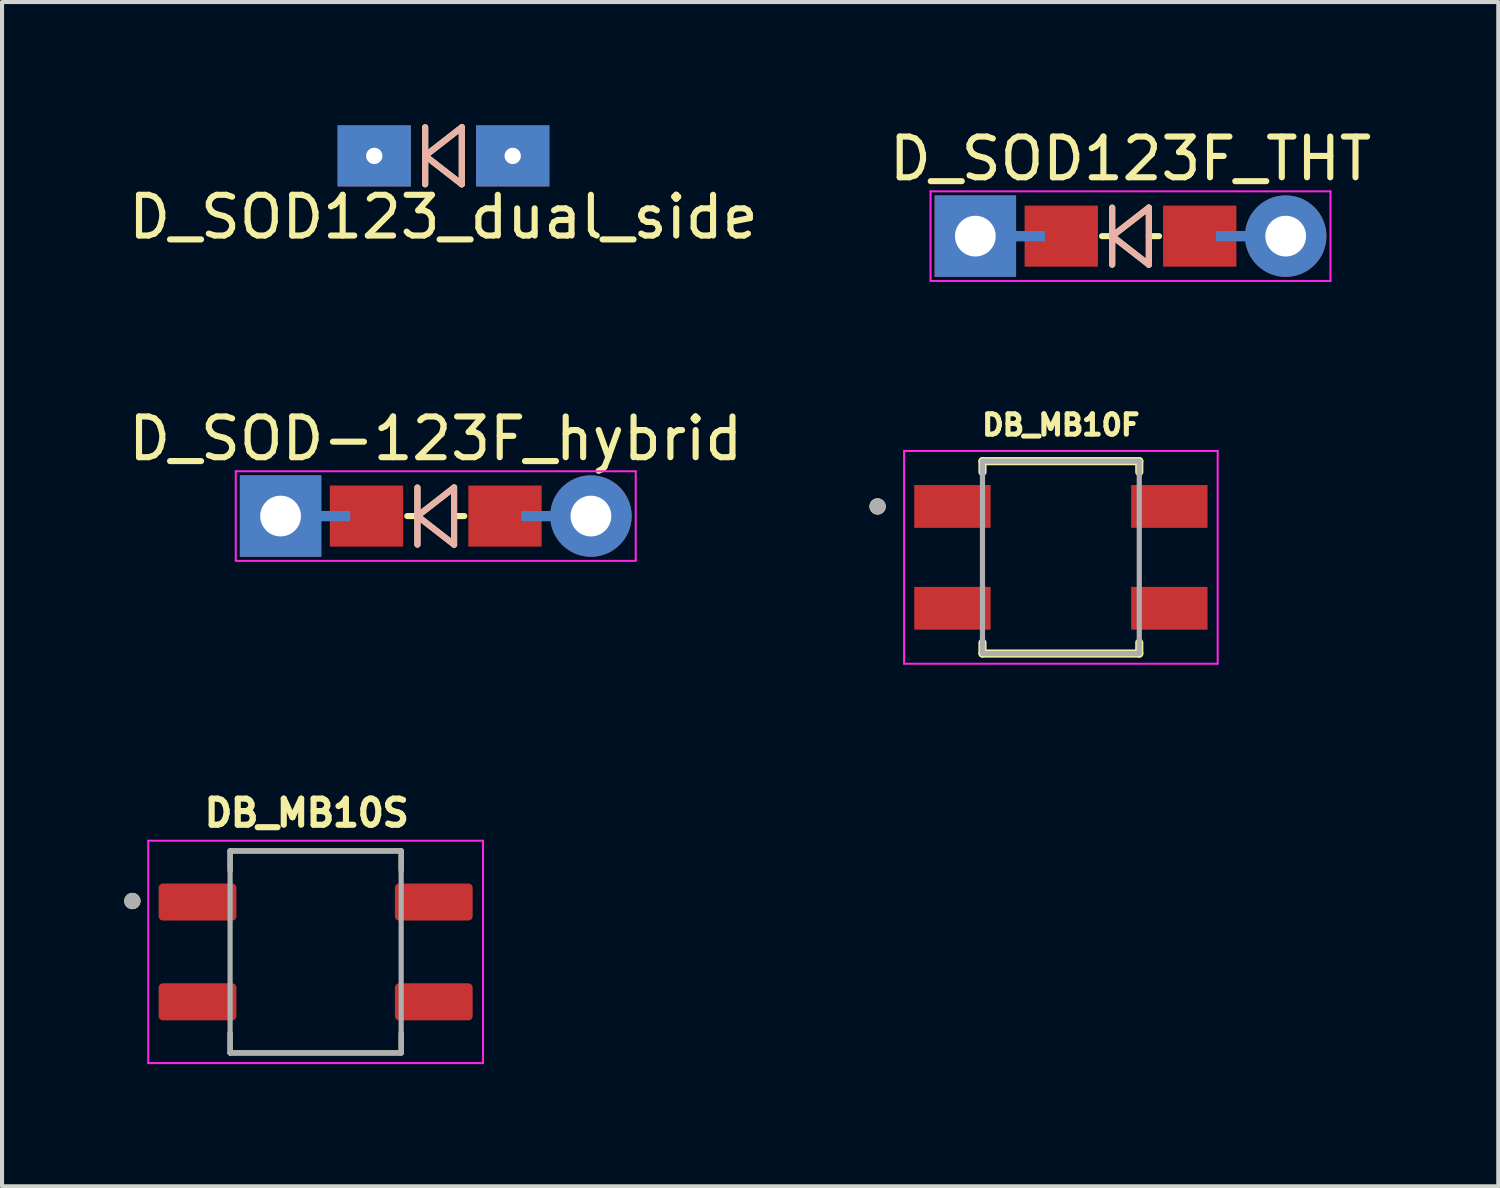
<source format=kicad_pcb>
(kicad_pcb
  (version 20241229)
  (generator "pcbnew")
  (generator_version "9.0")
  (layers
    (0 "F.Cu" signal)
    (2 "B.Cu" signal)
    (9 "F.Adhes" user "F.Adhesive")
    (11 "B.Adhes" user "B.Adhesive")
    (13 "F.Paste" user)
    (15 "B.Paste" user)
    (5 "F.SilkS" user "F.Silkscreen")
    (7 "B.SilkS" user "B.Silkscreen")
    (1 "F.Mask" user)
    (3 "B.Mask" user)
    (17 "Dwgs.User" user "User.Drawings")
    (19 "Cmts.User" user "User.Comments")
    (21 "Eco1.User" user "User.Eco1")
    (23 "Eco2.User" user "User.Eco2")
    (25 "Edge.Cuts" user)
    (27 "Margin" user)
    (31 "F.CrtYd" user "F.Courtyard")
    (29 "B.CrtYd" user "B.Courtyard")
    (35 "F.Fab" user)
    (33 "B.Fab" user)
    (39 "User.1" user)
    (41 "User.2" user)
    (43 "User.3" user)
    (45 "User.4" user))
  (footprint "DB_MB10S"
    (layer "F.Cu")
    (at 4.7 20.323)
    (property "Reference" "DB_MB10S" (at -0.218 -3.412 0) (layer "F.SilkS") (effects (font (size 0.641 0.641) (thickness 0.15))))
    (attr smd)
    (fp_line (start -2.1 -2.48) (end 2.1 -2.48) (stroke (width 0.127) (type solid)) (layer "F.SilkS"))
    (fp_line (start -2.1 -2) (end -2.1 -2.48) (stroke (width 0.127) (type solid)) (layer "F.SilkS"))
    (fp_line (start -2.1 2) (end -2.1 2.48) (stroke (width 0.127) (type solid)) (layer "F.SilkS"))
    (fp_line (start -2.1 2.48) (end 2.1 2.48) (stroke (width 0.127) (type solid)) (layer "F.SilkS"))
    (fp_line (start 2.1 -2.48) (end 2.1 -2) (stroke (width 0.127) (type solid)) (layer "F.SilkS"))
    (fp_line (start 2.1 2.48) (end 2.1 2) (stroke (width 0.127) (type solid)) (layer "F.SilkS"))
    (fp_circle (center -4.5 -1.25) (end -4.4 -1.25) (stroke (width 0.2) (type solid)) (fill no) (layer "F.SilkS"))
    (fp_line (start -4.11 -2.73) (end -4.11 2.73) (stroke (width 0.05) (type solid)) (layer "F.CrtYd"))
    (fp_line (start -4.11 2.73) (end 4.11 2.73) (stroke (width 0.05) (type solid)) (layer "F.CrtYd"))
    (fp_line (start 4.11 -2.73) (end -4.11 -2.73) (stroke (width 0.05) (type solid)) (layer "F.CrtYd"))
    (fp_line (start 4.11 2.73) (end 4.11 -2.73) (stroke (width 0.05) (type solid)) (layer "F.CrtYd"))
    (fp_line (start -2.1 -2.48) (end 2.1 -2.48) (stroke (width 0.127) (type solid)) (layer "F.Fab"))
    (fp_line (start -2.1 2.48) (end -2.1 -2.48) (stroke (width 0.127) (type solid)) (layer "F.Fab"))
    (fp_line (start 2.1 -2.48) (end 2.1 2.48) (stroke (width 0.127) (type solid)) (layer "F.Fab"))
    (fp_line (start 2.1 2.48) (end -2.1 2.48) (stroke (width 0.127) (type solid)) (layer "F.Fab"))
    (fp_circle (center -4.5 -1.25) (end -4.4 -1.25) (stroke (width 0.2) (type solid)) (fill no) (layer "F.Fab"))
    (pad "1" smd roundrect (at -2.9 -1.225) (size 1.91 0.91) (layers "F.Cu" "F.Mask" "F.Paste") (roundrect_rratio 0.115))
    (pad "2" smd roundrect (at -2.9 1.225) (size 1.91 0.91) (layers "F.Cu" "F.Mask" "F.Paste") (roundrect_rratio 0.115))
    (pad "3" smd roundrect (at 2.9 1.225) (size 1.91 0.91) (layers "F.Cu" "F.Mask" "F.Paste") (roundrect_rratio 0.115))
    (pad "4" smd roundrect (at 2.9 -1.225) (size 1.91 0.91) (layers "F.Cu" "F.Mask" "F.Paste") (roundrect_rratio 0.115)))
  (footprint "D_SOD-123F_hybrid"
    (placed yes)
    (layer "F.Cu")
    (at 7.649 9.621)
    (property "Reference" "D_SOD-123F_hybrid" (at 0 -1.9 0) (layer "F.SilkS") (effects (font (size 1 1) (thickness 0.15))))
    (attr through_hole)
    (fp_line (start -0.7 0) (end -0.45 0) (stroke (width 0.15) (type solid)) (layer "F.SilkS"))
    (fp_line (start -0.45 -0.7) (end -0.45 0.7) (stroke (width 0.15) (type solid)) (layer "F.SilkS"))
    (fp_line (start -0.45 0) (end 0.45 -0.7) (stroke (width 0.15) (type solid)) (layer "F.SilkS"))
    (fp_line (start 0.45 -0.7) (end 0.45 0.7) (stroke (width 0.15) (type solid)) (layer "F.SilkS"))
    (fp_line (start 0.45 0.7) (end -0.45 0) (stroke (width 0.15) (type solid)) (layer "F.SilkS"))
    (fp_line (start 0.7 0) (end 0.45 0) (stroke (width 0.15) (type solid)) (layer "F.SilkS"))
    (fp_line (start -0.45 -0.7) (end -0.45 0.7) (stroke (width 0.15) (type solid)) (layer "B.SilkS"))
    (fp_line (start -0.45 0) (end 0.45 -0.7) (stroke (width 0.15) (type solid)) (layer "B.SilkS"))
    (fp_line (start 0.45 -0.7) (end 0.45 0.7) (stroke (width 0.15) (type solid)) (layer "B.SilkS"))
    (fp_line (start 0.45 0.7) (end -0.45 0) (stroke (width 0.15) (type solid)) (layer "B.SilkS"))
    (fp_line (start -4.91 -1.1) (end -4.91 1.1) (stroke (width 0.05) (type solid)) (layer "F.CrtYd"))
    (fp_line (start -4.91 1.1) (end 4.91 1.1) (stroke (width 0.05) (type solid)) (layer "F.CrtYd"))
    (fp_line (start 4.91 -1.1) (end -4.91 -1.1) (stroke (width 0.05) (type solid)) (layer "F.CrtYd"))
    (fp_line (start 4.91 1.1) (end 4.91 -1.1) (stroke (width 0.05) (type solid)) (layer "F.CrtYd"))
    (pad "1" thru_hole rect (at -3.81 0 180) (size 2 2) (drill 1) (layers "*.Cu" "*.Mask"))
    (pad "1" smd rect (at -2.7 0 180) (size 1.2 0.25) (layers "F.Cu"))
    (pad "1" smd rect (at -2.7 0 180) (size 1.2 0.25) (layers "B.Cu"))
    (pad "1" smd rect (at -1.7 0) (size 1.8 1.5) (layers "*.Paste" "*.Mask" "F.Cu"))
    (pad "2" smd rect (at 1.7 0) (size 1.8 1.5) (layers "*.Paste" "*.Mask" "F.Cu"))
    (pad "2" smd rect (at 2.7 0 180) (size 1.2 0.25) (layers "F.Cu"))
    (pad "2" smd rect (at 2.7 0 180) (size 1.2 0.25) (layers "B.Cu"))
    (pad "2" thru_hole circle (at 3.81 0 180) (size 1.999 1.999) (drill 1) (layers "*.Cu" "*.Mask")))
  (footprint "DB_MB10F"
    (layer "F.Cu")
    (at 22.998 10.635)
    (property "Reference" "DB_MB10F" (at 0 -3.25 0) (layer "F.SilkS") (effects (font (size 0.5 0.5) (thickness 0.125))))
    (attr smd)
    (fp_line (start -1.925 -2.362) (end -1.925 -2.095) (stroke (width 0.2) (type solid)) (layer "F.SilkS"))
    (fp_line (start -1.925 2.095) (end -1.925 2.362) (stroke (width 0.2) (type solid)) (layer "F.SilkS"))
    (fp_line (start -1.925 2.362) (end 1.925 2.362) (stroke (width 0.2) (type solid)) (layer "F.SilkS"))
    (fp_line (start 1.925 -2.362) (end -1.925 -2.362) (stroke (width 0.2) (type solid)) (layer "F.SilkS"))
    (fp_line (start 1.925 -2.095) (end 1.925 -2.362) (stroke (width 0.2) (type solid)) (layer "F.SilkS"))
    (fp_line (start 1.925 2.362) (end 1.925 2.095) (stroke (width 0.2) (type solid)) (layer "F.SilkS"))
    (fp_circle (center -4.5 -1.25) (end -4.4 -1.25) (stroke (width 0.2) (type solid)) (fill no) (layer "F.SilkS"))
    (fp_line (start -3.85 2.612) (end -3.85 -2.612) (stroke (width 0.05) (type solid)) (layer "F.CrtYd"))
    (fp_line (start 3.85 -2.612) (end -3.85 -2.612) (stroke (width 0.05) (type solid)) (layer "F.CrtYd"))
    (fp_line (start 3.85 2.612) (end -3.85 2.612) (stroke (width 0.05) (type solid)) (layer "F.CrtYd"))
    (fp_line (start 3.85 2.612) (end 3.85 -2.612) (stroke (width 0.05) (type solid)) (layer "F.CrtYd"))
    (fp_line (start -1.925 2.362) (end -1.925 -2.362) (stroke (width 0.127) (type solid)) (layer "F.Fab"))
    (fp_line (start 1.925 -2.362) (end -1.925 -2.362) (stroke (width 0.127) (type solid)) (layer "F.Fab"))
    (fp_line (start 1.925 2.362) (end -1.925 2.362) (stroke (width 0.127) (type solid)) (layer "F.Fab"))
    (fp_line (start 1.925 2.362) (end 1.925 -2.362) (stroke (width 0.127) (type solid)) (layer "F.Fab"))
    (fp_circle (center -4.5 -1.25) (end -4.4 -1.25) (stroke (width 0.2) (type solid)) (fill no) (layer "F.Fab"))
    (pad "1" smd rect (at -2.663 -1.25) (size 1.875 1.05) (layers "F.Cu" "F.Mask" "F.Paste"))
    (pad "2" smd rect (at 2.663 -1.25) (size 1.875 1.05) (layers "F.Cu" "F.Mask" "F.Paste"))
    (pad "3" smd rect (at -2.663 1.25) (size 1.875 1.05) (layers "F.Cu" "F.Mask" "F.Paste"))
    (pad "4" smd rect (at 2.663 1.25) (size 1.875 1.05) (layers "F.Cu" "F.Mask" "F.Paste")))
  (footprint "D_SOD123F_THT"
    (placed yes)
    (layer "F.Cu")
    (at 24.708 2.748)
    (property "Reference" "D_SOD123F_THT" (at 0 -1.9 0) (layer "F.SilkS") (effects (font (size 1 1) (thickness 0.15))))
    (attr through_hole)
    (fp_line (start -0.7 0) (end -0.45 0) (stroke (width 0.15) (type solid)) (layer "F.SilkS"))
    (fp_line (start -0.45 -0.7) (end -0.45 0.7) (stroke (width 0.15) (type solid)) (layer "F.SilkS"))
    (fp_line (start -0.45 0) (end 0.45 -0.7) (stroke (width 0.15) (type solid)) (layer "F.SilkS"))
    (fp_line (start 0.45 -0.7) (end 0.45 0.7) (stroke (width 0.15) (type solid)) (layer "F.SilkS"))
    (fp_line (start 0.45 0.7) (end -0.45 0) (stroke (width 0.15) (type solid)) (layer "F.SilkS"))
    (fp_line (start 0.7 0) (end 0.45 0) (stroke (width 0.15) (type solid)) (layer "F.SilkS"))
    (fp_line (start -0.45 -0.7) (end -0.45 0.7) (stroke (width 0.15) (type solid)) (layer "B.SilkS"))
    (fp_line (start -0.45 0) (end 0.45 -0.7) (stroke (width 0.15) (type solid)) (layer "B.SilkS"))
    (fp_line (start 0.45 -0.7) (end 0.45 0.7) (stroke (width 0.15) (type solid)) (layer "B.SilkS"))
    (fp_line (start 0.45 0.7) (end -0.45 0) (stroke (width 0.15) (type solid)) (layer "B.SilkS"))
    (fp_line (start -4.91 -1.1) (end -4.91 1.1) (stroke (width 0.05) (type solid)) (layer "F.CrtYd"))
    (fp_line (start -4.91 1.1) (end 4.91 1.1) (stroke (width 0.05) (type solid)) (layer "F.CrtYd"))
    (fp_line (start 4.91 -1.1) (end -4.91 -1.1) (stroke (width 0.05) (type solid)) (layer "F.CrtYd"))
    (fp_line (start 4.91 1.1) (end 4.91 -1.1) (stroke (width 0.05) (type solid)) (layer "F.CrtYd"))
    (pad "1" thru_hole rect (at -3.81 0 180) (size 2 2) (drill 1) (layers "*.Cu" "*.Mask"))
    (pad "1" smd rect (at -2.7 0 180) (size 1.2 0.25) (layers "F.Cu"))
    (pad "1" smd rect (at -2.7 0 180) (size 1.2 0.25) (layers "B.Cu"))
    (pad "1" smd rect (at -1.7 0) (size 1.8 1.5) (layers "*.Paste" "*.Mask" "F.Cu"))
    (pad "2" smd rect (at 1.7 0) (size 1.8 1.5) (layers "*.Paste" "*.Mask" "F.Cu"))
    (pad "2" smd rect (at 2.7 0 180) (size 1.2 0.25) (layers "F.Cu"))
    (pad "2" smd rect (at 2.7 0 180) (size 1.2 0.25) (layers "B.Cu"))
    (pad "2" thru_hole circle (at 3.81 0 180) (size 1.999 1.999) (drill 1) (layers "*.Cu" "*.Mask")))
  (footprint "D_SOD123_dual_side"
    (placed yes)
    (layer "F.Cu")
    (at 7.839 0.778)
    (property "Reference" "D_SOD123_dual_side" (at 0 1.5 0) (layer "F.SilkS") (effects (font (size 1 1) (thickness 0.15))))
    (attr through_hole)
    (fp_line (start -0.45 -0.703) (end -0.45 0.697) (stroke (width 0.15) (type solid)) (layer "F.SilkS"))
    (fp_line (start -0.45 -0.003) (end 0.45 -0.703) (stroke (width 0.15) (type solid)) (layer "F.SilkS"))
    (fp_line (start 0.45 -0.703) (end 0.45 0.697) (stroke (width 0.15) (type solid)) (layer "F.SilkS"))
    (fp_line (start 0.45 0.697) (end -0.45 -0.003) (stroke (width 0.15) (type solid)) (layer "F.SilkS"))
    (fp_line (start -0.45 -0.703) (end -0.45 0.697) (stroke (width 0.15) (type solid)) (layer "B.SilkS"))
    (fp_line (start -0.45 -0.003) (end 0.45 -0.703) (stroke (width 0.15) (type solid)) (layer "B.SilkS"))
    (fp_line (start 0.45 -0.703) (end 0.45 0.697) (stroke (width 0.15) (type solid)) (layer "B.SilkS"))
    (fp_line (start 0.45 0.697) (end -0.45 -0.003) (stroke (width 0.15) (type solid)) (layer "B.SilkS"))
    (pad "1" thru_hole rect (at -1.7 0) (size 1.8 1.5) (drill 0.4) (layers "*.Cu" "F.Mask"))
    (pad "2" thru_hole rect (at 1.7 0) (size 1.8 1.5) (drill 0.4) (layers "*.Cu" "F.Mask")))
  (gr_rect
    (start -3 -3)
    (end 33.738 26.078)
    (stroke (width 0.1) (type default))
    (fill no)
    (layer "Edge.Cuts")))
</source>
